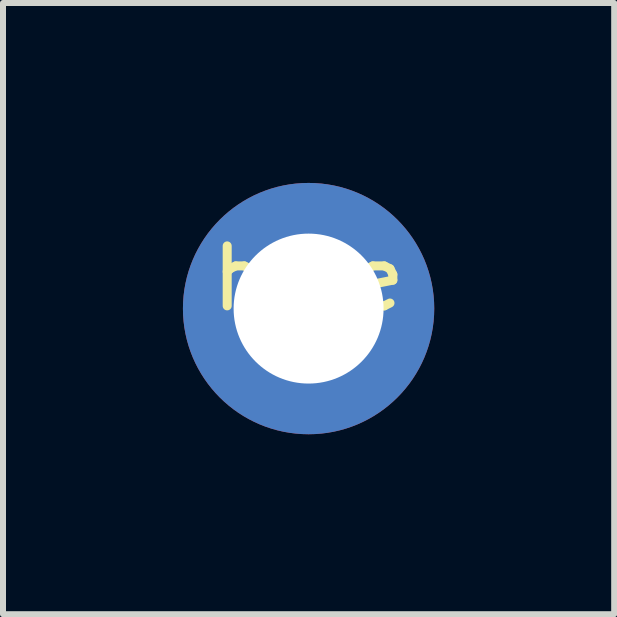
<source format=kicad_pcb>
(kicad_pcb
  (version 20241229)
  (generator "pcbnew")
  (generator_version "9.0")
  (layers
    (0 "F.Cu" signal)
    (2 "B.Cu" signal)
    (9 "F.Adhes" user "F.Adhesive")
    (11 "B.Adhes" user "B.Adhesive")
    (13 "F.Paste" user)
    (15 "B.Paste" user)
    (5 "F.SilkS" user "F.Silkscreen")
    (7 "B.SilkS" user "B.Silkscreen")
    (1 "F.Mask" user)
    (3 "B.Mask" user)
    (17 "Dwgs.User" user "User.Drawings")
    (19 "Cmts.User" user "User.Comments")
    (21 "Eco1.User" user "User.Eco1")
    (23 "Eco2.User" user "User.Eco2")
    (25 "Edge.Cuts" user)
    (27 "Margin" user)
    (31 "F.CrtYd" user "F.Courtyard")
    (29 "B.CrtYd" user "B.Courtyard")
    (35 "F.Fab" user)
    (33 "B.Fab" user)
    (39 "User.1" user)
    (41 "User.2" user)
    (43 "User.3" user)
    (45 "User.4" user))
  (footprint "hole"
    (layer "F.Cu")
    (at 2.095 2.095)
    (property "Reference" "hole" (at 0 -0.5 0) (unlocked yes) (layer "F.SilkS") (effects (font (size 1 1) (thickness 0.15))))
    (attr through_hole)
    (pad "1" thru_hole circle (at 0 0) (size 4.19 4.19) (drill 2.5) (layers "*.Cu" "*.Mask")))
  (gr_rect
    (start -3 -3)
    (end 7.19 7.19)
    (stroke (width 0.1) (type default))
    (fill no)
    (layer "Edge.Cuts")))
</source>
